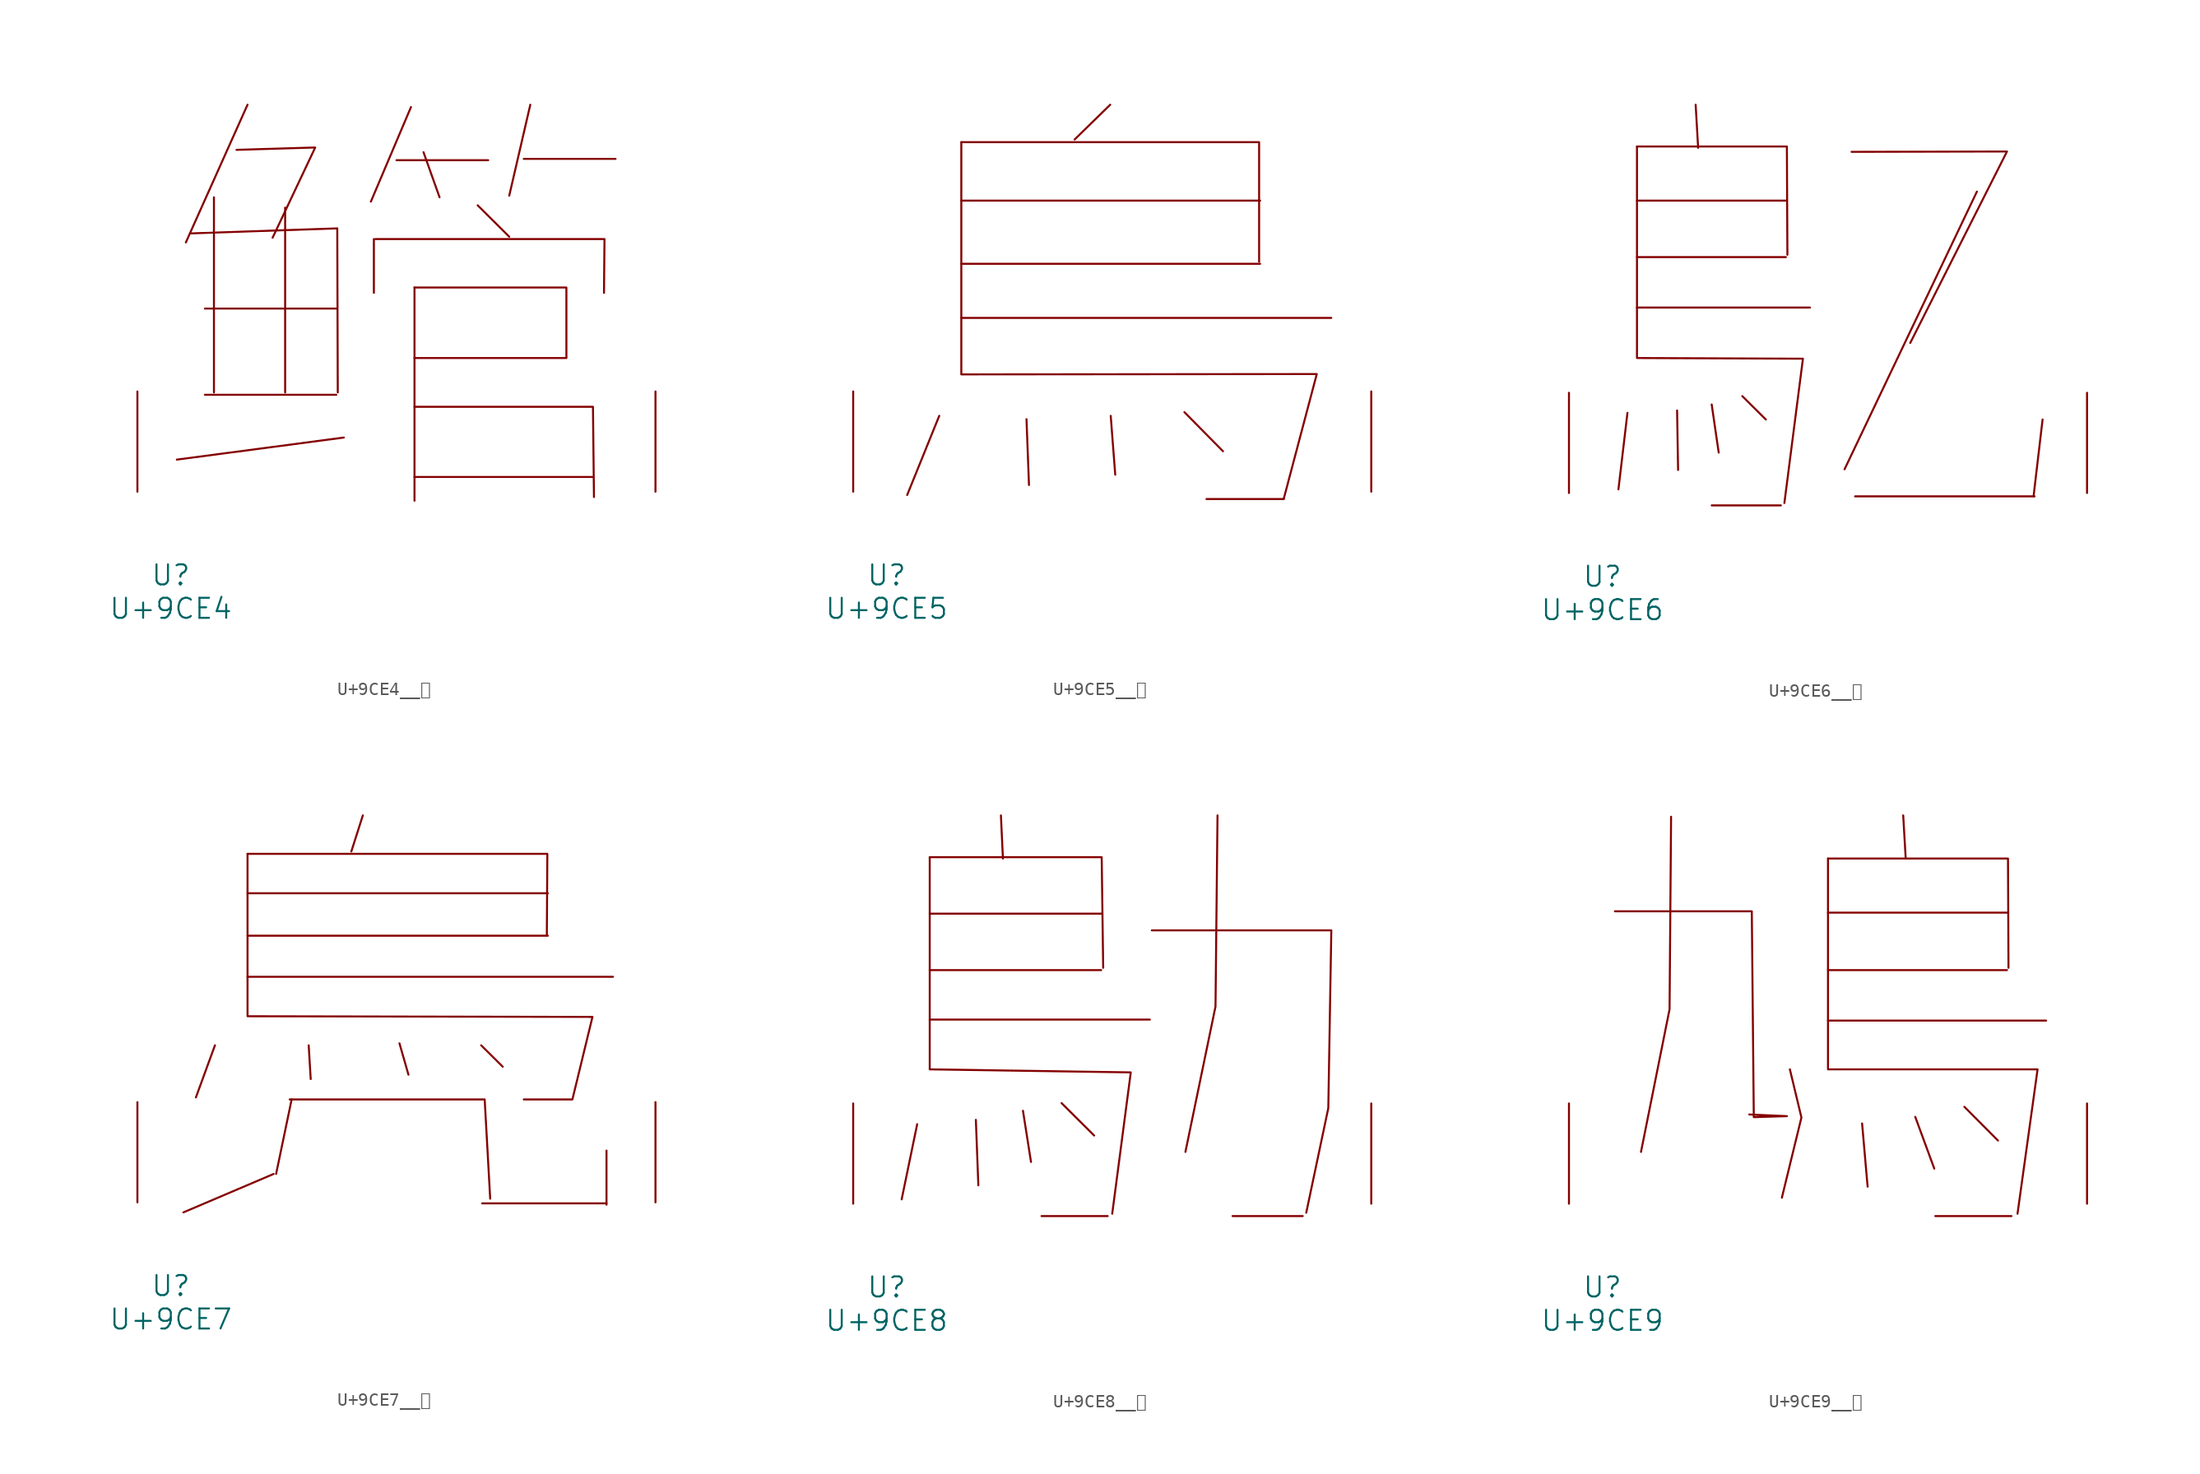
<source format=kicad_sym>
(kicad_symbol_lib
  (version 20231120)
  (generator "kicad_symbol_editor")
  (generator_version "8.0")
  (symbol "U+9CE4__鳤"
    (pin_names
      (offset 1.016))
    (property "Reference" "U"
      (at 0 -6.35 0)
      (effects (font (size 1.524 1.524))))
    (property "Value" "U+9CE4"
      (at 0 -8.89 0)
      (effects (font (size 1.524 1.524))))
    (symbol "U+9CE4__鳤_0_1"
      (polyline (pts (xy 2.591 7.366) (xy 12.573 7.366)) (stroke (width 0) (type solid)) (fill (type none)))
      (polyline (pts (xy 2.591 13.919) (xy 12.573 13.919)) (stroke (width 0) (type solid)) (fill (type none)))
      (polyline (pts (xy 3.277 22.377) (xy 3.277 7.544)) (stroke (width 0) (type solid)) (fill (type none)))
      (polyline (pts (xy 5.829 29.413) (xy 1.143 18.948)) (stroke (width 0) (type solid)) (fill (type none)))
      (polyline (pts (xy 8.687 21.59) (xy 8.687 7.544)) (stroke (width 0) (type solid)) (fill (type none)))
      (polyline (pts (xy 13.145 4.115) (xy 0.457 2.438)) (stroke (width 0) (type solid)) (fill (type none)))
      (polyline (pts (xy 15.431 19.202) (xy 15.431 15.113)) (stroke (width 0) (type solid)) (fill (type none)))
      (polyline (pts (xy 17.145 25.197) (xy 24.117 25.197)) (stroke (width 0) (type solid)) (fill (type none)))
      (polyline (pts (xy 18.25 29.235) (xy 15.202 22.047)) (stroke (width 0) (type solid)) (fill (type none)))
      (polyline (pts (xy 18.517 1.118) (xy 32.08 1.118)) (stroke (width 0) (type solid)) (fill (type none)))
      (polyline (pts (xy 18.517 10.16) (xy 30.061 10.16)) (stroke (width 0) (type solid)) (fill (type none)))
      (polyline (pts (xy 18.517 15.519) (xy 18.517 -0.686)) (stroke (width 0) (type solid)) (fill (type none)))
      (polyline (pts (xy 19.202 25.806) (xy 20.422 22.377)) (stroke (width 0) (type solid)) (fill (type none)))
      (polyline (pts (xy 23.317 21.768) (xy 25.718 19.38)) (stroke (width 0) (type solid)) (fill (type none)))
      (polyline (pts (xy 26.822 25.298) (xy 33.795 25.298)) (stroke (width 0) (type solid)) (fill (type none)))
      (polyline (pts (xy 27.318 29.413) (xy 25.718 22.504)) (stroke (width 0) (type solid)) (fill (type none)))
      (polyline (pts (xy 1.562 19.634) (xy 12.649 20.015) (xy 12.687 7.544)) (stroke (width 0) (type solid)) (fill (type none)))
      (polyline (pts (xy 4.991 25.984) (xy 10.973 26.162) (xy 7.734 19.304)) (stroke (width 0) (type solid)) (fill (type none)))
      (polyline (pts (xy 15.545 19.202) (xy 32.956 19.202) (xy 32.918 15.113)) (stroke (width 0) (type solid)) (fill (type none)))
      (polyline (pts (xy 18.517 6.452) (xy 32.08 6.452) (xy 32.156 -0.406)) (stroke (width 0) (type solid)) (fill (type none)))
      (polyline (pts (xy 18.517 15.519) (xy 30.061 15.519) (xy 30.061 10.211)) (stroke (width 0) (type solid)) (fill (type none)))
      (pin input line (at -2.54 0 90) (length 7.62) (name "~" (effects (font (size 1.27 1.27)))) (number "~" (effects (font (size 1.27 1.27)))))
      (pin input line (at 36.83 0 90) (length 7.62) (name "~" (effects (font (size 1.27 1.27)))) (number "~" (effects (font (size 1.27 1.27)))))))
  (symbol "U+9CE5__鳥"
    (pin_names
      (offset 1.016))
    (property "Reference" "U"
      (at 0 -6.35 0)
      (effects (font (size 1.524 1.524))))
    (property "Value" "U+9CE5"
      (at 0 -8.89 0)
      (effects (font (size 1.524 1.524))))
    (symbol "U+9CE5__鳥_0_1"
      (polyline (pts (xy 4 5.766) (xy 1.562 -0.254)) (stroke (width 0) (type solid)) (fill (type none)))
      (polyline (pts (xy 5.677 13.208) (xy 33.795 13.208)) (stroke (width 0) (type solid)) (fill (type none)))
      (polyline (pts (xy 5.677 17.323) (xy 28.384 17.323)) (stroke (width 0) (type solid)) (fill (type none)))
      (polyline (pts (xy 5.677 22.123) (xy 28.384 22.123)) (stroke (width 0) (type solid)) (fill (type none)))
      (polyline (pts (xy 10.63 5.512) (xy 10.82 0.508)) (stroke (width 0) (type solid)) (fill (type none)))
      (polyline (pts (xy 16.993 29.413) (xy 14.287 26.772)) (stroke (width 0) (type solid)) (fill (type none)))
      (polyline (pts (xy 17.031 5.766) (xy 17.374 1.295)) (stroke (width 0) (type solid)) (fill (type none)))
      (polyline (pts (xy 22.631 6.045) (xy 25.565 3.073)) (stroke (width 0) (type solid)) (fill (type none)))
      (polyline (pts (xy 24.308 -0.559) (xy 30.175 -0.559)) (stroke (width 0) (type solid)) (fill (type none)))
      (polyline (pts (xy 5.677 26.568) (xy 28.308 26.568) (xy 28.308 17.475)) (stroke (width 0) (type solid)) (fill (type none)))
      (polyline (pts (xy 5.677 26.568) (xy 5.677 8.915) (xy 32.69 8.941) (xy 30.175 -0.559)) (stroke (width 0) (type solid)) (fill (type none)))
      (pin input line (at -2.54 0 90) (length 7.62) (name "~" (effects (font (size 1.27 1.27)))) (number "~" (effects (font (size 1.27 1.27)))))
      (pin input line (at 36.83 0 90) (length 7.62) (name "~" (effects (font (size 1.27 1.27)))) (number "~" (effects (font (size 1.27 1.27)))))))
  (symbol "U+9CE6__鳦"
    (pin_names
      (offset 1.016))
    (property "Reference" "U"
      (at 0 -6.35 0)
      (effects (font (size 1.524 1.524))))
    (property "Value" "U+9CE6"
      (at 0 -8.89 0)
      (effects (font (size 1.524 1.524))))
    (symbol "U+9CE6__鳦_0_1"
      (polyline (pts (xy 1.905 6.096) (xy 1.219 0.279)) (stroke (width 0) (type solid)) (fill (type none)))
      (polyline (pts (xy 2.629 14.097) (xy 15.773 14.097)) (stroke (width 0) (type solid)) (fill (type none)))
      (polyline (pts (xy 2.629 17.932) (xy 13.945 17.932)) (stroke (width 0) (type solid)) (fill (type none)))
      (polyline (pts (xy 2.629 22.225) (xy 13.945 22.225)) (stroke (width 0) (type solid)) (fill (type none)))
      (polyline (pts (xy 5.677 6.274) (xy 5.753 1.753)) (stroke (width 0) (type solid)) (fill (type none)))
      (polyline (pts (xy 7.087 29.515) (xy 7.277 26.238)) (stroke (width 0) (type solid)) (fill (type none)))
      (polyline (pts (xy 8.306 -0.94) (xy 13.564 -0.94)) (stroke (width 0) (type solid)) (fill (type none)))
      (polyline (pts (xy 8.306 6.731) (xy 8.839 3.073)) (stroke (width 0) (type solid)) (fill (type none)))
      (polyline (pts (xy 10.63 7.366) (xy 12.421 5.588)) (stroke (width 0) (type solid)) (fill (type none)))
      (polyline (pts (xy 19.202 -0.254) (xy 32.842 -0.254)) (stroke (width 0) (type solid)) (fill (type none)))
      (polyline (pts (xy 28.461 22.911) (xy 18.402 1.803)) (stroke (width 0) (type solid)) (fill (type none)))
      (polyline (pts (xy 33.452 5.588) (xy 32.766 -0.254)) (stroke (width 0) (type solid)) (fill (type none)))
      (polyline (pts (xy 2.629 26.34) (xy 14.021 26.34) (xy 14.059 18.11)) (stroke (width 0) (type solid)) (fill (type none)))
      (polyline (pts (xy 18.936 25.933) (xy 30.747 25.959) (xy 23.393 11.405)) (stroke (width 0) (type solid)) (fill (type none)))
      (polyline (pts (xy 2.629 26.34) (xy 2.629 10.262) (xy 15.24 10.211) (xy 13.83 -0.762)) (stroke (width 0) (type solid)) (fill (type none)))
      (pin input line (at -2.54 0 90) (length 7.62) (name "~" (effects (font (size 1.27 1.27)))) (number "~" (effects (font (size 1.27 1.27)))))
      (pin input line (at 36.83 0 90) (length 7.62) (name "~" (effects (font (size 1.27 1.27)))) (number "~" (effects (font (size 1.27 1.27)))))))
  (symbol "U+9CE7__鳧"
    (pin_names
      (offset 1.016))
    (property "Reference" "U"
      (at 0 -6.35 0)
      (effects (font (size 1.524 1.524))))
    (property "Value" "U+9CE7"
      (at 0 -8.89 0)
      (effects (font (size 1.524 1.524))))
    (symbol "U+9CE7__鳧_0_1"
      (polyline (pts (xy 3.353 11.938) (xy 1.905 7.976)) (stroke (width 0) (type solid)) (fill (type none)))
      (polyline (pts (xy 5.829 17.145) (xy 33.604 17.145)) (stroke (width 0) (type solid)) (fill (type none)))
      (polyline (pts (xy 5.829 20.269) (xy 28.651 20.269)) (stroke (width 0) (type solid)) (fill (type none)))
      (polyline (pts (xy 5.829 23.495) (xy 28.651 23.495)) (stroke (width 0) (type solid)) (fill (type none)))
      (polyline (pts (xy 7.811 2.159) (xy 0.953 -0.762)) (stroke (width 0) (type solid)) (fill (type none)))
      (polyline (pts (xy 9.182 7.823) (xy 8.001 2.159)) (stroke (width 0) (type solid)) (fill (type none)))
      (polyline (pts (xy 10.477 11.938) (xy 10.63 9.373)) (stroke (width 0) (type solid)) (fill (type none)))
      (polyline (pts (xy 14.592 29.413) (xy 13.716 26.67)) (stroke (width 0) (type solid)) (fill (type none)))
      (polyline (pts (xy 17.374 12.09) (xy 18.059 9.703)) (stroke (width 0) (type solid)) (fill (type none)))
      (polyline (pts (xy 23.584 11.938) (xy 25.222 10.312)) (stroke (width 0) (type solid)) (fill (type none)))
      (polyline (pts (xy 23.66 -0.076) (xy 33.109 -0.076)) (stroke (width 0) (type solid)) (fill (type none)))
      (polyline (pts (xy 33.109 3.937) (xy 33.109 -0.178)) (stroke (width 0) (type solid)) (fill (type none)))
      (polyline (pts (xy 5.829 26.492) (xy 28.613 26.492) (xy 28.575 20.345)) (stroke (width 0) (type solid)) (fill (type none)))
      (polyline (pts (xy 9.03 7.823) (xy 23.851 7.823) (xy 24.27 0.279)) (stroke (width 0) (type solid)) (fill (type none)))
      (polyline (pts (xy 5.829 26.492) (xy 5.829 14.148) (xy 32.042 14.097) (xy 30.518 7.823) (xy 26.822 7.823)) (stroke (width 0) (type solid)) (fill (type none)))
      (pin input line (at -2.54 0 90) (length 7.62) (name "~" (effects (font (size 1.27 1.27)))) (number "~" (effects (font (size 1.27 1.27)))))
      (pin input line (at 36.83 0 90) (length 7.62) (name "~" (effects (font (size 1.27 1.27)))) (number "~" (effects (font (size 1.27 1.27)))))))
  (symbol "U+9CE8__鳨"
    (pin_names
      (offset 1.016))
    (property "Reference" "U"
      (at 0 -6.35 0)
      (effects (font (size 1.524 1.524))))
    (property "Value" "U+9CE8"
      (at 0 -8.89 0)
      (effects (font (size 1.524 1.524))))
    (symbol "U+9CE8__鳨_0_1"
      (polyline (pts (xy 2.324 6.045) (xy 1.143 0.33)) (stroke (width 0) (type solid)) (fill (type none)))
      (polyline (pts (xy 3.277 13.995) (xy 20.003 13.995)) (stroke (width 0) (type solid)) (fill (type none)))
      (polyline (pts (xy 3.277 17.755) (xy 16.307 17.755)) (stroke (width 0) (type solid)) (fill (type none)))
      (polyline (pts (xy 3.277 22.047) (xy 16.307 22.047)) (stroke (width 0) (type solid)) (fill (type none)))
      (polyline (pts (xy 6.782 6.375) (xy 6.972 1.397)) (stroke (width 0) (type solid)) (fill (type none)))
      (polyline (pts (xy 8.687 29.515) (xy 8.839 26.238)) (stroke (width 0) (type solid)) (fill (type none)))
      (polyline (pts (xy 10.363 7.061) (xy 10.973 3.175)) (stroke (width 0) (type solid)) (fill (type none)))
      (polyline (pts (xy 11.773 -0.94) (xy 16.802 -0.94)) (stroke (width 0) (type solid)) (fill (type none)))
      (polyline (pts (xy 13.297 7.645) (xy 15.773 5.182)) (stroke (width 0) (type solid)) (fill (type none)))
      (polyline (pts (xy 26.289 -0.94) (xy 31.623 -0.94)) (stroke (width 0) (type solid)) (fill (type none)))
      (polyline (pts (xy 3.277 26.34) (xy 16.345 26.34) (xy 16.459 17.932)) (stroke (width 0) (type solid)) (fill (type none)))
      (polyline (pts (xy 25.146 29.515) (xy 24.994 14.986) (xy 22.708 3.937)) (stroke (width 0) (type solid)) (fill (type none)))
      (polyline (pts (xy 3.277 26.34) (xy 3.277 10.211) (xy 18.555 9.982) (xy 17.145 -0.762)) (stroke (width 0) (type solid)) (fill (type none)))
      (polyline (pts (xy 20.155 20.777) (xy 33.795 20.777) (xy 33.566 7.264) (xy 31.89 -0.686)) (stroke (width 0) (type solid)) (fill (type none)))
      (pin input line (at -2.54 0 90) (length 7.62) (name "~" (effects (font (size 1.27 1.27)))) (number "~" (effects (font (size 1.27 1.27)))))
      (pin input line (at 36.83 0 90) (length 7.62) (name "~" (effects (font (size 1.27 1.27)))) (number "~" (effects (font (size 1.27 1.27)))))))
  (symbol "U+9CE9__鳩"
    (pin_names
      (offset 1.016))
    (property "Reference" "U"
      (at 0 -6.35 0)
      (effects (font (size 1.524 1.524))))
    (property "Value" "U+9CE9"
      (at 0 -8.89 0)
      (effects (font (size 1.524 1.524))))
    (symbol "U+9CE9__鳩_0_1"
      (polyline (pts (xy 17.145 13.919) (xy 33.718 13.919)) (stroke (width 0) (type solid)) (fill (type none)))
      (polyline (pts (xy 17.145 17.755) (xy 30.747 17.755)) (stroke (width 0) (type solid)) (fill (type none)))
      (polyline (pts (xy 17.145 22.123) (xy 30.747 22.123)) (stroke (width 0) (type solid)) (fill (type none)))
      (polyline (pts (xy 19.736 6.096) (xy 20.155 1.295)) (stroke (width 0) (type solid)) (fill (type none)))
      (polyline (pts (xy 22.86 29.515) (xy 23.05 26.238)) (stroke (width 0) (type solid)) (fill (type none)))
      (polyline (pts (xy 23.774 6.604) (xy 25.222 2.667)) (stroke (width 0) (type solid)) (fill (type none)))
      (polyline (pts (xy 25.298 -0.94) (xy 31.09 -0.94)) (stroke (width 0) (type solid)) (fill (type none)))
      (polyline (pts (xy 27.508 7.366) (xy 30.061 4.801)) (stroke (width 0) (type solid)) (fill (type none)))
      (polyline (pts (xy 5.22 29.413) (xy 5.105 14.783) (xy 2.934 3.937)) (stroke (width 0) (type solid)) (fill (type none)))
      (polyline (pts (xy 14.249 10.211) (xy 15.126 6.553) (xy 13.64 0.457)) (stroke (width 0) (type solid)) (fill (type none)))
      (polyline (pts (xy 17.145 26.238) (xy 30.823 26.238) (xy 30.861 17.932)) (stroke (width 0) (type solid)) (fill (type none)))
      (polyline (pts (xy 17.145 26.238) (xy 17.145 10.211) (xy 33.071 10.211) (xy 31.547 -0.762)) (stroke (width 0) (type solid)) (fill (type none)))
      (polyline (pts (xy 0.953 22.225) (xy 11.354 22.225) (xy 11.506 6.579) (xy 14.021 6.655) (xy 11.163 6.782)) (stroke (width 0) (type solid)) (fill (type none)))
      (pin input line (at -2.54 0 90) (length 7.62) (name "~" (effects (font (size 1.27 1.27)))) (number "~" (effects (font (size 1.27 1.27)))))
      (pin input line (at 36.83 0 90) (length 7.62) (name "~" (effects (font (size 1.27 1.27)))) (number "~" (effects (font (size 1.27 1.27))))))))
</source>
